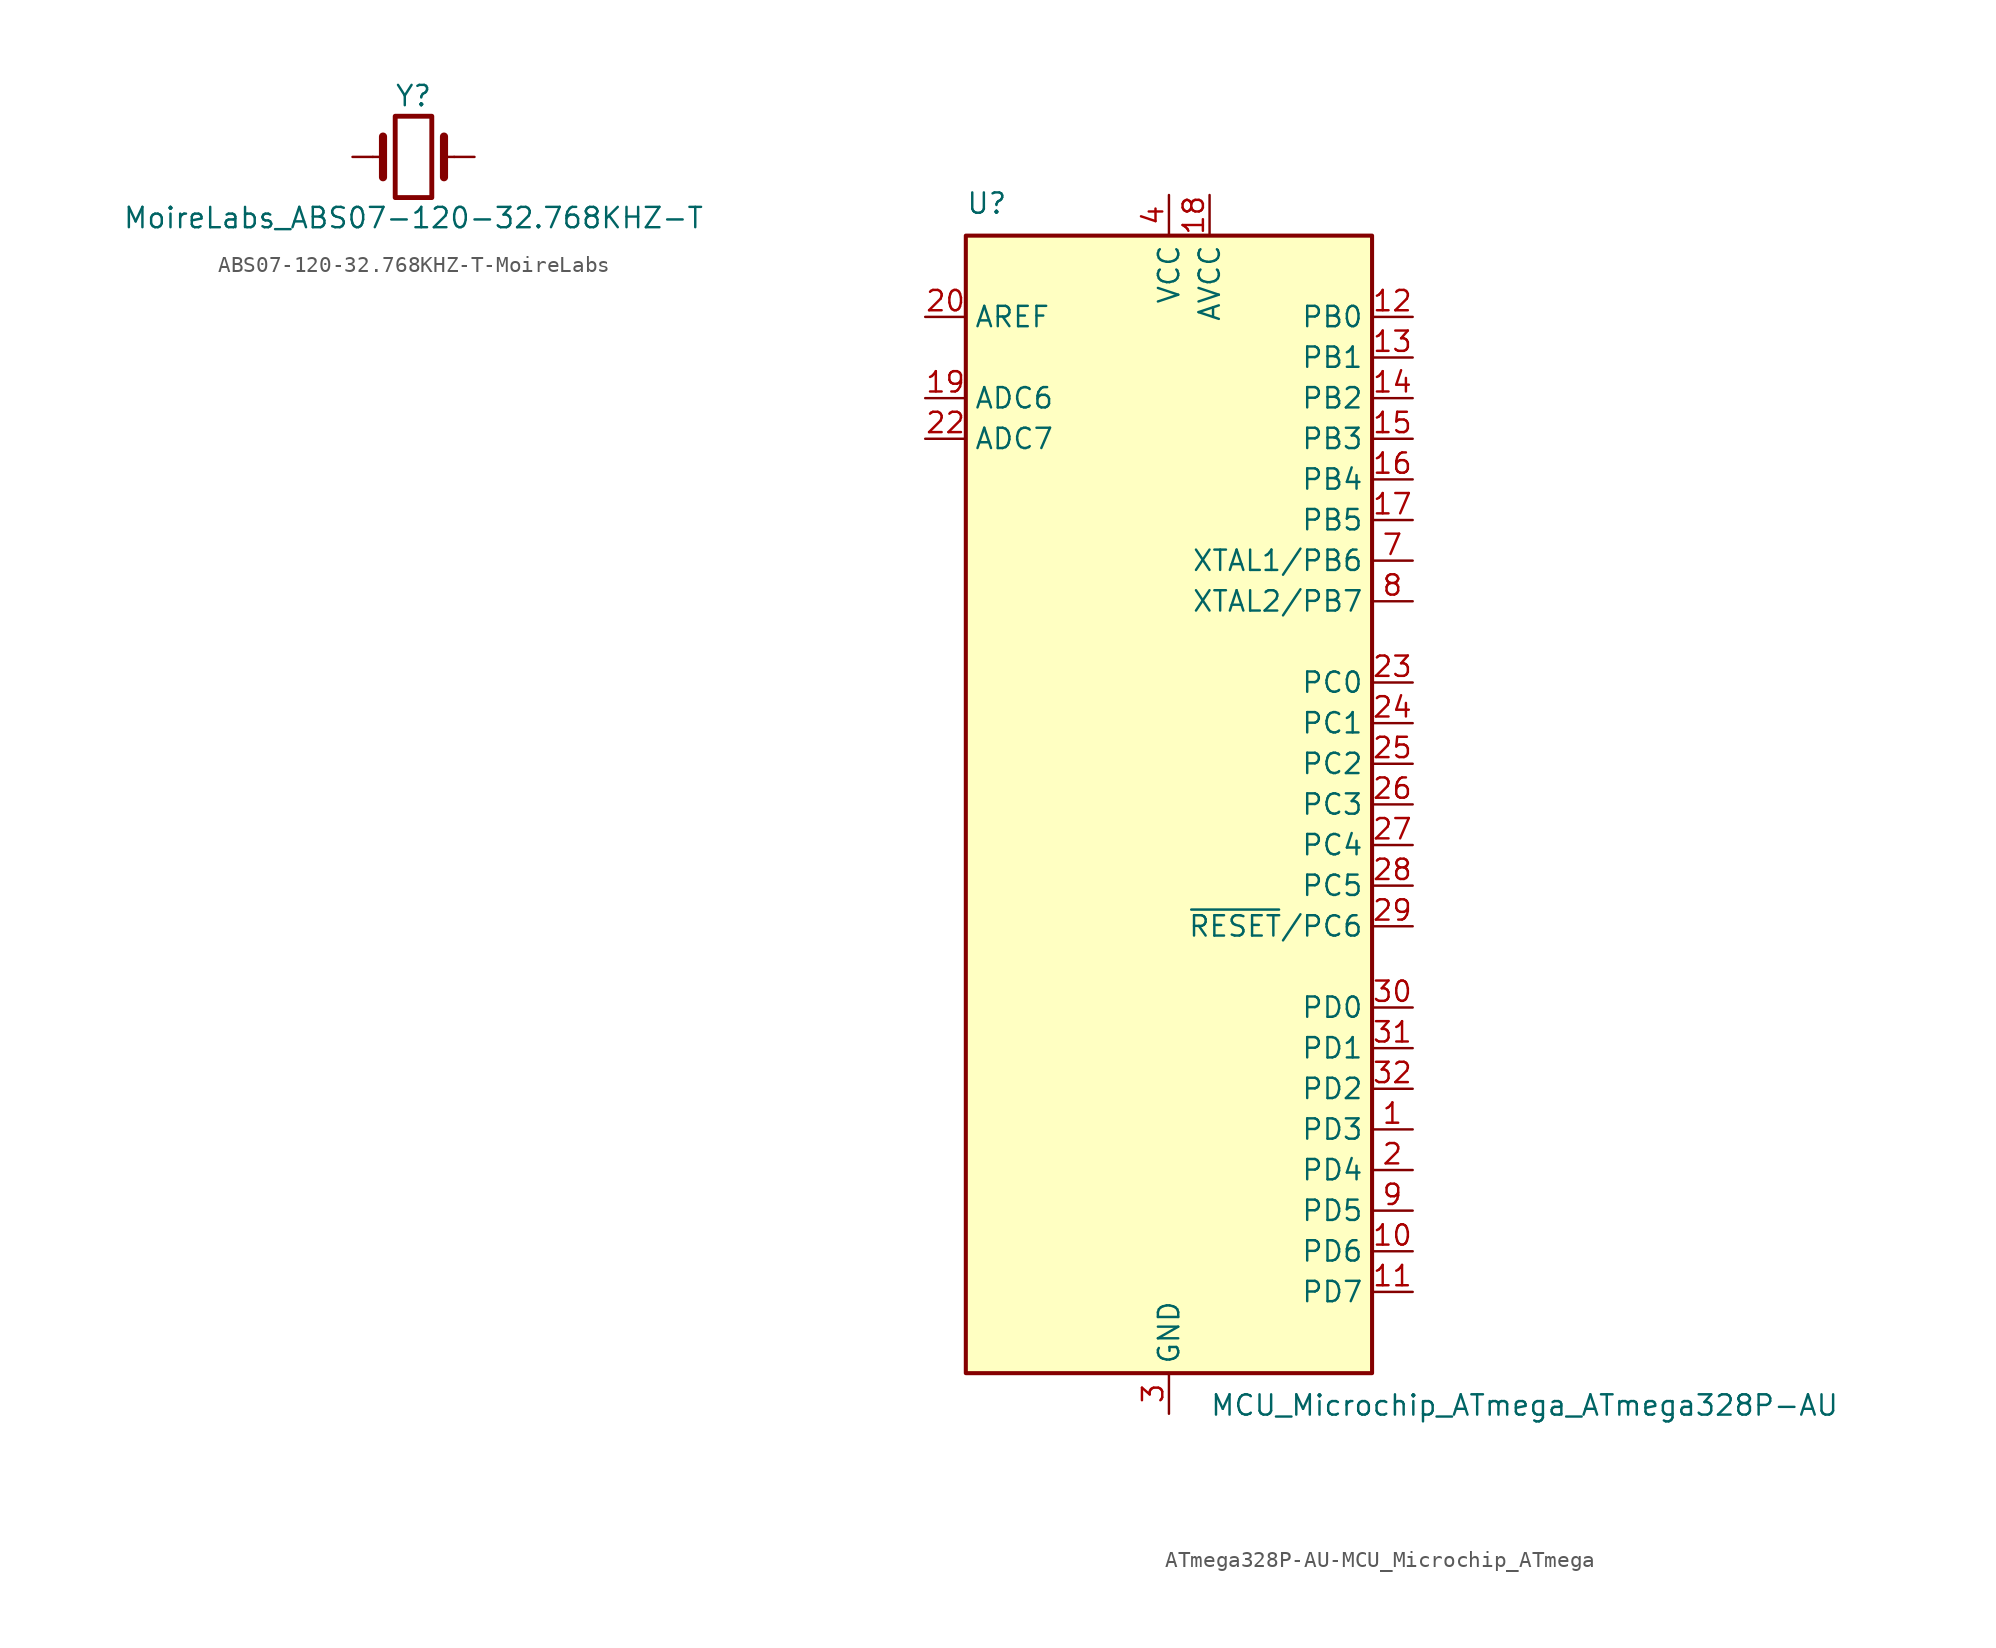
<source format=kicad_sym>
(kicad_symbol_lib
  (version 20231120)
  (generator "kicad_symbol_editor")
  (generator_version "8.0")
  (symbol "ABS07-120-32.768KHZ-T-MoireLabs"
    (pin_numbers hide)
    (pin_names
      (offset 1.016) hide)
    (property "Reference" "Y"
      (at 0 3.81 0)
      (effects (font (size 1.27 1.27))))
    (property "Value" "MoireLabs_ABS07-120-32.768KHZ-T"
      (at 0 -3.81 0)
      (effects (font (size 1.27 1.27))))
    (symbol "ABS07-120-32.768KHZ-T-MoireLabs_0_1"
      (rectangle (start -1.143 2.54) (end 1.143 -2.54) (stroke (width 0.305) (type solid)) (fill (type none)))
      (polyline (pts (xy -2.54 0) (xy -1.905 0)) (stroke (width 0) (type solid)) (fill (type none)))
      (polyline (pts (xy -1.905 -1.27) (xy -1.905 1.27)) (stroke (width 0.508) (type solid)) (fill (type none)))
      (polyline (pts (xy 1.905 -1.27) (xy 1.905 1.27)) (stroke (width 0.508) (type solid)) (fill (type none)))
      (polyline (pts (xy 2.54 0) (xy 1.905 0)) (stroke (width 0) (type solid)) (fill (type none))))
    (symbol "ABS07-120-32.768KHZ-T-MoireLabs_1_1"
      (pin passive line (at -3.81 0 0) (length 1.27) (name "1" (effects (font (size 1.27 1.27)))) (number "1" (effects (font (size 1.27 1.27)))))
      (pin passive line (at 3.81 0 180) (length 1.27) (name "2" (effects (font (size 1.27 1.27)))) (number "2" (effects (font (size 1.27 1.27)))))))
  (symbol "ATmega328P-AU-MCU_Microchip_ATmega"
    (property "Reference" "U"
      (at -12.7 36.83 0)
      (effects (font (size 1.27 1.27)) (justify left bottom)))
    (property "Value" "MCU_Microchip_ATmega_ATmega328P-AU"
      (at 2.54 -36.83 0)
      (effects (font (size 1.27 1.27)) (justify left top)))
    (symbol "ATmega328P-AU-MCU_Microchip_ATmega_0_1"
      (rectangle (start -12.7 -35.56) (end 12.7 35.56) (stroke (width 0.254) (type solid)) (fill (type background))))
    (symbol "ATmega328P-AU-MCU_Microchip_ATmega_1_1"
      (pin bidirectional line (at 15.24 -20.32 180) (length 2.54) (name "PD3" (effects (font (size 1.27 1.27)))) (number "1" (effects (font (size 1.27 1.27)))))
      (pin bidirectional line (at 15.24 -27.94 180) (length 2.54) (name "PD6" (effects (font (size 1.27 1.27)))) (number "10" (effects (font (size 1.27 1.27)))))
      (pin bidirectional line (at 15.24 -30.48 180) (length 2.54) (name "PD7" (effects (font (size 1.27 1.27)))) (number "11" (effects (font (size 1.27 1.27)))))
      (pin bidirectional line (at 15.24 30.48 180) (length 2.54) (name "PB0" (effects (font (size 1.27 1.27)))) (number "12" (effects (font (size 1.27 1.27)))))
      (pin bidirectional line (at 15.24 27.94 180) (length 2.54) (name "PB1" (effects (font (size 1.27 1.27)))) (number "13" (effects (font (size 1.27 1.27)))))
      (pin bidirectional line (at 15.24 25.4 180) (length 2.54) (name "PB2" (effects (font (size 1.27 1.27)))) (number "14" (effects (font (size 1.27 1.27)))))
      (pin bidirectional line (at 15.24 22.86 180) (length 2.54) (name "PB3" (effects (font (size 1.27 1.27)))) (number "15" (effects (font (size 1.27 1.27)))))
      (pin bidirectional line (at 15.24 20.32 180) (length 2.54) (name "PB4" (effects (font (size 1.27 1.27)))) (number "16" (effects (font (size 1.27 1.27)))))
      (pin bidirectional line (at 15.24 17.78 180) (length 2.54) (name "PB5" (effects (font (size 1.27 1.27)))) (number "17" (effects (font (size 1.27 1.27)))))
      (pin power_in line (at 2.54 38.1 270) (length 2.54) (name "AVCC" (effects (font (size 1.27 1.27)))) (number "18" (effects (font (size 1.27 1.27)))))
      (pin input line (at -15.24 25.4 0) (length 2.54) (name "ADC6" (effects (font (size 1.27 1.27)))) (number "19" (effects (font (size 1.27 1.27)))))
      (pin bidirectional line (at 15.24 -22.86 180) (length 2.54) (name "PD4" (effects (font (size 1.27 1.27)))) (number "2" (effects (font (size 1.27 1.27)))))
      (pin passive line (at -15.24 30.48 0) (length 2.54) (name "AREF" (effects (font (size 1.27 1.27)))) (number "20" (effects (font (size 1.27 1.27)))))
      (pin passive line (at 0 -38.1 90) (length 2.54) hide (name "GND" (effects (font (size 1.27 1.27)))) (number "21" (effects (font (size 1.27 1.27)))))
      (pin input line (at -15.24 22.86 0) (length 2.54) (name "ADC7" (effects (font (size 1.27 1.27)))) (number "22" (effects (font (size 1.27 1.27)))))
      (pin bidirectional line (at 15.24 7.62 180) (length 2.54) (name "PC0" (effects (font (size 1.27 1.27)))) (number "23" (effects (font (size 1.27 1.27)))))
      (pin bidirectional line (at 15.24 5.08 180) (length 2.54) (name "PC1" (effects (font (size 1.27 1.27)))) (number "24" (effects (font (size 1.27 1.27)))))
      (pin bidirectional line (at 15.24 2.54 180) (length 2.54) (name "PC2" (effects (font (size 1.27 1.27)))) (number "25" (effects (font (size 1.27 1.27)))))
      (pin bidirectional line (at 15.24 0 180) (length 2.54) (name "PC3" (effects (font (size 1.27 1.27)))) (number "26" (effects (font (size 1.27 1.27)))))
      (pin bidirectional line (at 15.24 -2.54 180) (length 2.54) (name "PC4" (effects (font (size 1.27 1.27)))) (number "27" (effects (font (size 1.27 1.27)))))
      (pin bidirectional line (at 15.24 -5.08 180) (length 2.54) (name "PC5" (effects (font (size 1.27 1.27)))) (number "28" (effects (font (size 1.27 1.27)))))
      (pin bidirectional line (at 15.24 -7.62 180) (length 2.54) (name "~{RESET}/PC6" (effects (font (size 1.27 1.27)))) (number "29" (effects (font (size 1.27 1.27)))))
      (pin power_in line (at 0 -38.1 90) (length 2.54) (name "GND" (effects (font (size 1.27 1.27)))) (number "3" (effects (font (size 1.27 1.27)))))
      (pin bidirectional line (at 15.24 -12.7 180) (length 2.54) (name "PD0" (effects (font (size 1.27 1.27)))) (number "30" (effects (font (size 1.27 1.27)))))
      (pin bidirectional line (at 15.24 -15.24 180) (length 2.54) (name "PD1" (effects (font (size 1.27 1.27)))) (number "31" (effects (font (size 1.27 1.27)))))
      (pin bidirectional line (at 15.24 -17.78 180) (length 2.54) (name "PD2" (effects (font (size 1.27 1.27)))) (number "32" (effects (font (size 1.27 1.27)))))
      (pin power_in line (at 0 38.1 270) (length 2.54) (name "VCC" (effects (font (size 1.27 1.27)))) (number "4" (effects (font (size 1.27 1.27)))))
      (pin passive line (at 0 -38.1 90) (length 2.54) hide (name "GND" (effects (font (size 1.27 1.27)))) (number "5" (effects (font (size 1.27 1.27)))))
      (pin passive line (at 0 38.1 270) (length 2.54) hide (name "VCC" (effects (font (size 1.27 1.27)))) (number "6" (effects (font (size 1.27 1.27)))))
      (pin bidirectional line (at 15.24 15.24 180) (length 2.54) (name "XTAL1/PB6" (effects (font (size 1.27 1.27)))) (number "7" (effects (font (size 1.27 1.27)))))
      (pin bidirectional line (at 15.24 12.7 180) (length 2.54) (name "XTAL2/PB7" (effects (font (size 1.27 1.27)))) (number "8" (effects (font (size 1.27 1.27)))))
      (pin bidirectional line (at 15.24 -25.4 180) (length 2.54) (name "PD5" (effects (font (size 1.27 1.27)))) (number "9" (effects (font (size 1.27 1.27))))))))
</source>
